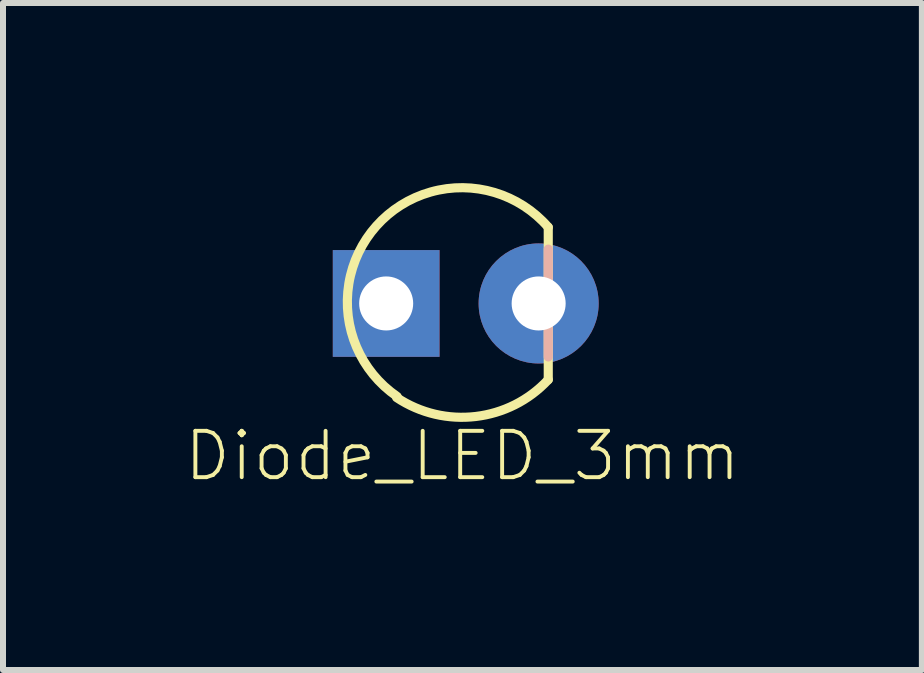
<source format=kicad_pcb>
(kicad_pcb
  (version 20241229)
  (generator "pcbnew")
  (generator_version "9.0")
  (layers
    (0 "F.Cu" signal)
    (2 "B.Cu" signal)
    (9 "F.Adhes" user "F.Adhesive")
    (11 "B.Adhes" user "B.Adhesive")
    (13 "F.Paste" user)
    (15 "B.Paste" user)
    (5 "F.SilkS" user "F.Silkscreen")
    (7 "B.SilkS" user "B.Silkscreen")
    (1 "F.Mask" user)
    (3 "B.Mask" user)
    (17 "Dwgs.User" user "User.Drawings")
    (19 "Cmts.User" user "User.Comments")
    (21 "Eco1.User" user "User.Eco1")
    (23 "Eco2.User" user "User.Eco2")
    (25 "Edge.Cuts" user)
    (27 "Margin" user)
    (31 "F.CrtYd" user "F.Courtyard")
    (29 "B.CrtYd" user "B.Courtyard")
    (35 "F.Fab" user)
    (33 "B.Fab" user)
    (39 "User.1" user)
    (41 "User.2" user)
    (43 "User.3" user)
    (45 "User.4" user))
  (footprint "Diode_LED_3mm"
    (layer "F.Cu")
    (at 4.653 2.005)
    (property "Reference" "Diode_LED_3mm" (at 0 2.54 0) (layer "F.SilkS") (effects (font (size 0.772 0.772) (thickness 0.065))))
    (attr through_hole)
    (fp_line (start 1.43 1.27) (end 1.43 -1.27) (stroke (width 0.152) (type solid)) (layer "F.SilkS"))
    (fp_arc (start -1.087265 1.550051) (mid -1.433109 -1.29192) (end 1.429744 -1.27) (stroke (width 0.1524) (type solid)) (layer "F.SilkS"))
    (fp_arc (start 1.429733 1.269999) (mid 0.221729 1.883102) (end -1.095705 1.56761) (stroke (width 0.1524) (type solid)) (layer "F.SilkS"))
    (fp_line (start 1.43 0.891) (end 1.43 -0.905) (stroke (width 0.152) (type solid)) (layer "B.SilkS"))
    (pad "1" thru_hole circle (at 1.27 0) (size 2 2) (drill 0.9) (layers "*.Cu" "*.Mask"))
    (pad "2" thru_hole rect (at -1.27 0) (size 1.778 1.778) (drill 0.9) (layers "*.Cu" "*.Mask")))
  (gr_rect
    (start -3 -3)
    (end 12.307 8.111)
    (stroke (width 0.1) (type default))
    (fill no)
    (layer "Edge.Cuts")))
</source>
